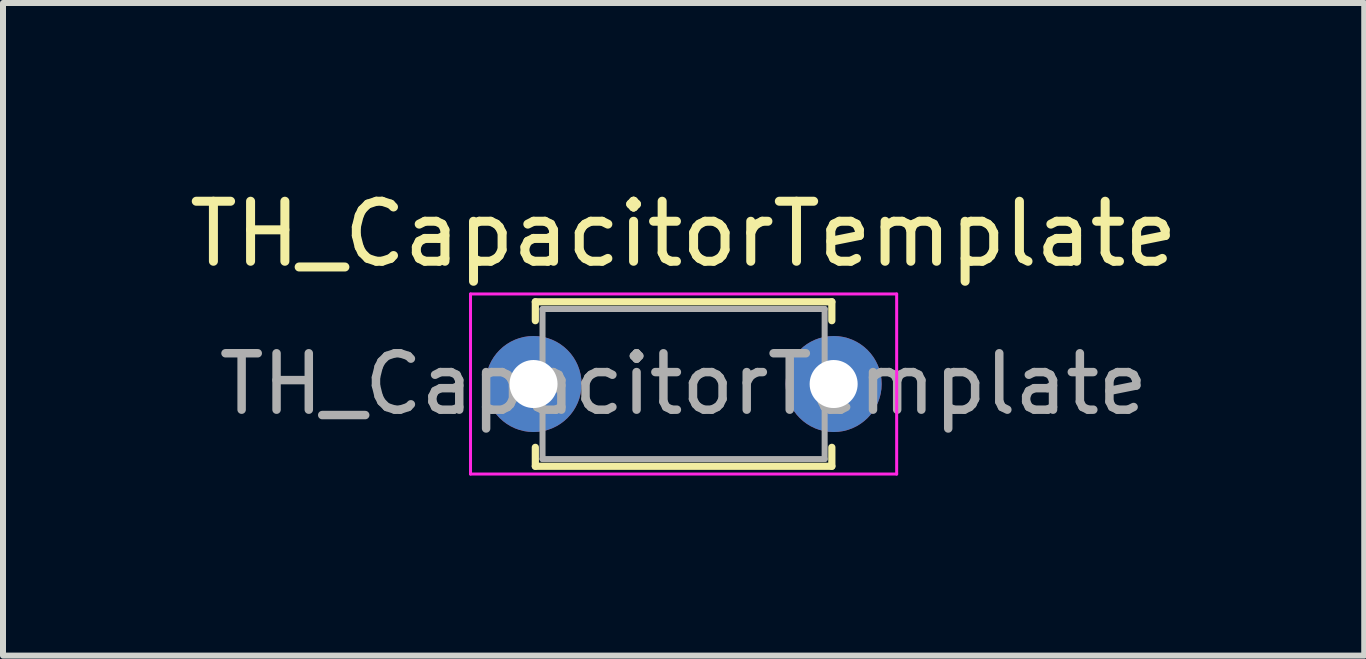
<source format=kicad_pcb>
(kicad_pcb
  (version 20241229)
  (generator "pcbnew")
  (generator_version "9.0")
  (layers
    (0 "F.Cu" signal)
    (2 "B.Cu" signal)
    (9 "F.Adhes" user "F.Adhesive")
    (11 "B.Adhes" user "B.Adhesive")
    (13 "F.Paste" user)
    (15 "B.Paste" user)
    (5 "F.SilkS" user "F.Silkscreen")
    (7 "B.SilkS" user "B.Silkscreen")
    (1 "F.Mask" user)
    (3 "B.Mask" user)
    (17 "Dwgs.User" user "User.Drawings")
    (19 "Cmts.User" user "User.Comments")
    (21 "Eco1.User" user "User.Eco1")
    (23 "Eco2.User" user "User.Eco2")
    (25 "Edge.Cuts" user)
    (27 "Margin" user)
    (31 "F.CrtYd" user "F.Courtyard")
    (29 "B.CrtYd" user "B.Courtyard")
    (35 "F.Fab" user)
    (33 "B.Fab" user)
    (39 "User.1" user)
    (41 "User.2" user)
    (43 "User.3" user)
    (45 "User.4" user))
  (footprint "TH_CapacitorTemplate"
    (layer "F.Cu")
    (at 5.839 3.348)
    (property "Reference" "TH_CapacitorTemplate" (at 2.5 -2.5 0) (layer "F.SilkS") (effects (font (size 1 1) (thickness 0.15))))
    (attr through_hole)
    (fp_line (start 0.03 -1.37) (end 0.03 -1.055) (stroke (width 0.12) (type solid)) (layer "F.SilkS"))
    (fp_line (start 0.03 -1.37) (end 4.97 -1.37) (stroke (width 0.12) (type solid)) (layer "F.SilkS"))
    (fp_line (start 0.03 1.055) (end 0.03 1.37) (stroke (width 0.12) (type solid)) (layer "F.SilkS"))
    (fp_line (start 0.03 1.37) (end 4.97 1.37) (stroke (width 0.12) (type solid)) (layer "F.SilkS"))
    (fp_line (start 4.97 -1.37) (end 4.97 -1.055) (stroke (width 0.12) (type solid)) (layer "F.SilkS"))
    (fp_line (start 4.97 1.055) (end 4.97 1.37) (stroke (width 0.12) (type solid)) (layer "F.SilkS"))
    (fp_line (start -1.05 -1.5) (end -1.05 1.5) (stroke (width 0.05) (type solid)) (layer "F.CrtYd"))
    (fp_line (start -1.05 1.5) (end 6.05 1.5) (stroke (width 0.05) (type solid)) (layer "F.CrtYd"))
    (fp_line (start 6.05 -1.5) (end -1.05 -1.5) (stroke (width 0.05) (type solid)) (layer "F.CrtYd"))
    (fp_line (start 6.05 1.5) (end 6.05 -1.5) (stroke (width 0.05) (type solid)) (layer "F.CrtYd"))
    (fp_line (start 0.15 -1.25) (end 0.15 1.25) (stroke (width 0.1) (type solid)) (layer "F.Fab"))
    (fp_line (start 0.15 1.25) (end 4.85 1.25) (stroke (width 0.1) (type solid)) (layer "F.Fab"))
    (fp_line (start 4.85 -1.25) (end 0.15 -1.25) (stroke (width 0.1) (type solid)) (layer "F.Fab"))
    (fp_line (start 4.85 1.25) (end 4.85 -1.25) (stroke (width 0.1) (type solid)) (layer "F.Fab"))
    (fp_text user "${REFERENCE}" (at 2.5 0 0) (layer "F.Fab") (effects (font (size 0.94 0.94) (thickness 0.141))))
    (pad "1" thru_hole circle (at 0 0) (size 1.6 1.6) (drill 0.8) (layers "*.Cu" "*.Mask"))
    (pad "2" thru_hole circle (at 5 0) (size 1.6 1.6) (drill 0.8) (layers "*.Cu" "*.Mask")))
  (gr_rect
    (start -3 -3)
    (end 19.679 7.873)
    (stroke (width 0.1) (type default))
    (fill no)
    (layer "Edge.Cuts")))
</source>
